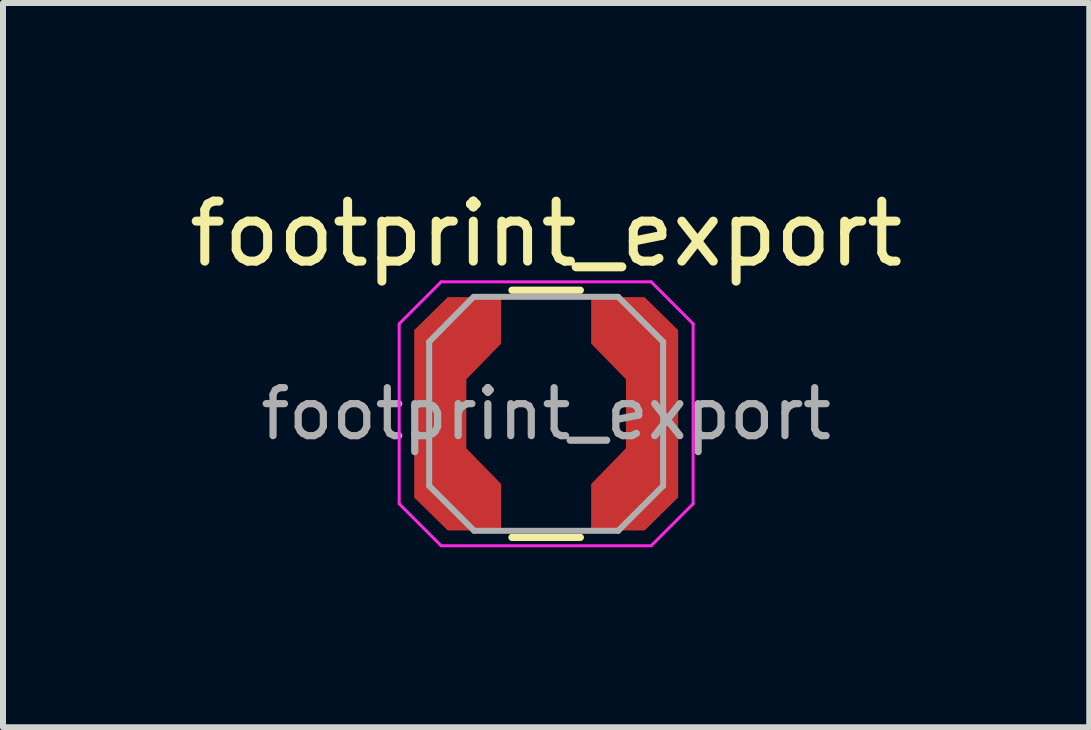
<source format=kicad_pcb>
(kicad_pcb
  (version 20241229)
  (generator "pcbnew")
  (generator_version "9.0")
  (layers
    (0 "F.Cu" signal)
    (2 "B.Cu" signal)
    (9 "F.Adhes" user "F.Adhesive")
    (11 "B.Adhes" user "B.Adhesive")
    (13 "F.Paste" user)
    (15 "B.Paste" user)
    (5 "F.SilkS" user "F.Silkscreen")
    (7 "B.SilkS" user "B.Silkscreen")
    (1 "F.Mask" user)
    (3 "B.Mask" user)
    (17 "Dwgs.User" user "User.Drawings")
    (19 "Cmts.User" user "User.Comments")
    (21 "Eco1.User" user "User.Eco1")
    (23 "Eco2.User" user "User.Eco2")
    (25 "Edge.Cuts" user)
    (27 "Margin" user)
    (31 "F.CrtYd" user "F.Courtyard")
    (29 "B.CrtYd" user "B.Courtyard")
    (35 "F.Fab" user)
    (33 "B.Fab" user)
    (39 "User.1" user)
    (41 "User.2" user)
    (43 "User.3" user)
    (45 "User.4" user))
  (footprint "footprint_export"
    (layer "F.Cu")
    (at 6.054 3.848)
    (property "Reference" "footprint_export" (at 0 -3 0) (layer "F.SilkS") (effects (font (size 1 1) (thickness 0.15))))
    (attr smd)
    (fp_line (start -0.57 -2.06) (end 0.57 -2.06) (stroke (width 0.12) (type solid)) (layer "F.SilkS"))
    (fp_line (start -0.57 2.06) (end 0.57 2.06) (stroke (width 0.12) (type solid)) (layer "F.SilkS"))
    (fp_line (start -2.45 -1.5) (end -2.45 1.5) (stroke (width 0.05) (type solid)) (layer "F.CrtYd"))
    (fp_line (start -1.75 -2.2) (end -2.45 -1.5) (stroke (width 0.05) (type solid)) (layer "F.CrtYd"))
    (fp_line (start -1.75 -2.2) (end 1.75 -2.2) (stroke (width 0.05) (type solid)) (layer "F.CrtYd"))
    (fp_line (start -1.75 2.2) (end -2.45 1.5) (stroke (width 0.05) (type solid)) (layer "F.CrtYd"))
    (fp_line (start -1.75 2.2) (end 1.75 2.2) (stroke (width 0.05) (type solid)) (layer "F.CrtYd"))
    (fp_line (start 1.75 -2.2) (end 2.45 -1.5) (stroke (width 0.05) (type solid)) (layer "F.CrtYd"))
    (fp_line (start 1.75 2.2) (end 2.45 1.5) (stroke (width 0.05) (type solid)) (layer "F.CrtYd"))
    (fp_line (start 2.45 -1.5) (end 2.45 1.5) (stroke (width 0.05) (type solid)) (layer "F.CrtYd"))
    (fp_line (start -1.95 -1.2) (end -1.21 -1.95) (stroke (width 0.1) (type solid)) (layer "F.Fab"))
    (fp_line (start -1.95 1.2) (end -1.95 -1.2) (stroke (width 0.1) (type solid)) (layer "F.Fab"))
    (fp_line (start -1.95 1.2) (end -1.2 1.95) (stroke (width 0.1) (type solid)) (layer "F.Fab"))
    (fp_line (start -1.2 -1.95) (end 1.2 -1.95) (stroke (width 0.1) (type solid)) (layer "F.Fab"))
    (fp_line (start 1.2 -1.95) (end 1.95 -1.2) (stroke (width 0.1) (type solid)) (layer "F.Fab"))
    (fp_line (start 1.2 1.95) (end -1.2 1.95) (stroke (width 0.1) (type solid)) (layer "F.Fab"))
    (fp_line (start 1.2 1.95) (end 1.95 1.2) (stroke (width 0.1) (type solid)) (layer "F.Fab"))
    (fp_line (start 1.95 -1.2) (end 1.95 1.2) (stroke (width 0.1) (type solid)) (layer "F.Fab"))
    (fp_text user "${REFERENCE}" (at 0 0 0) (layer "F.Fab") (effects (font (size 0.8 0.8) (thickness 0.12))))
    (pad "1" smd custom (at -1.765 0) (size 0.87 2.79) (layers "F.Cu" "F.Mask" "F.Paste") (options (anchor rect)) (primitives (gr_poly (pts (xy 1.015 -1.17) (xy 0.435 -0.575) (xy 0.435 0.575) (xy 1.015 1.17) (xy 1.015 1.945) (xy 0.125 1.945) (xy -0.435 1.395) (xy -0.435 -1.395) (xy 0.125 -1.945) (xy 1.015 -1.945)) (width 0) (fill yes))))
    (pad "2" smd custom (at 1.765 0) (size 0.87 2.79) (layers "F.Cu" "F.Mask" "F.Paste") (options (anchor rect)) (primitives (gr_poly (pts (xy 0.435 -1.395) (xy 0.435 1.395) (xy -0.125 1.945) (xy -1.015 1.945) (xy -1.015 1.17) (xy -0.435 0.575) (xy -0.435 -0.575) (xy -1.015 -1.17) (xy -1.015 -1.945) (xy -0.125 -1.945)) (width 0) (fill yes)))))
  (gr_rect
    (start -3 -3)
    (end 15.107 9.073)
    (stroke (width 0.1) (type default))
    (fill no)
    (layer "Edge.Cuts")))
</source>
